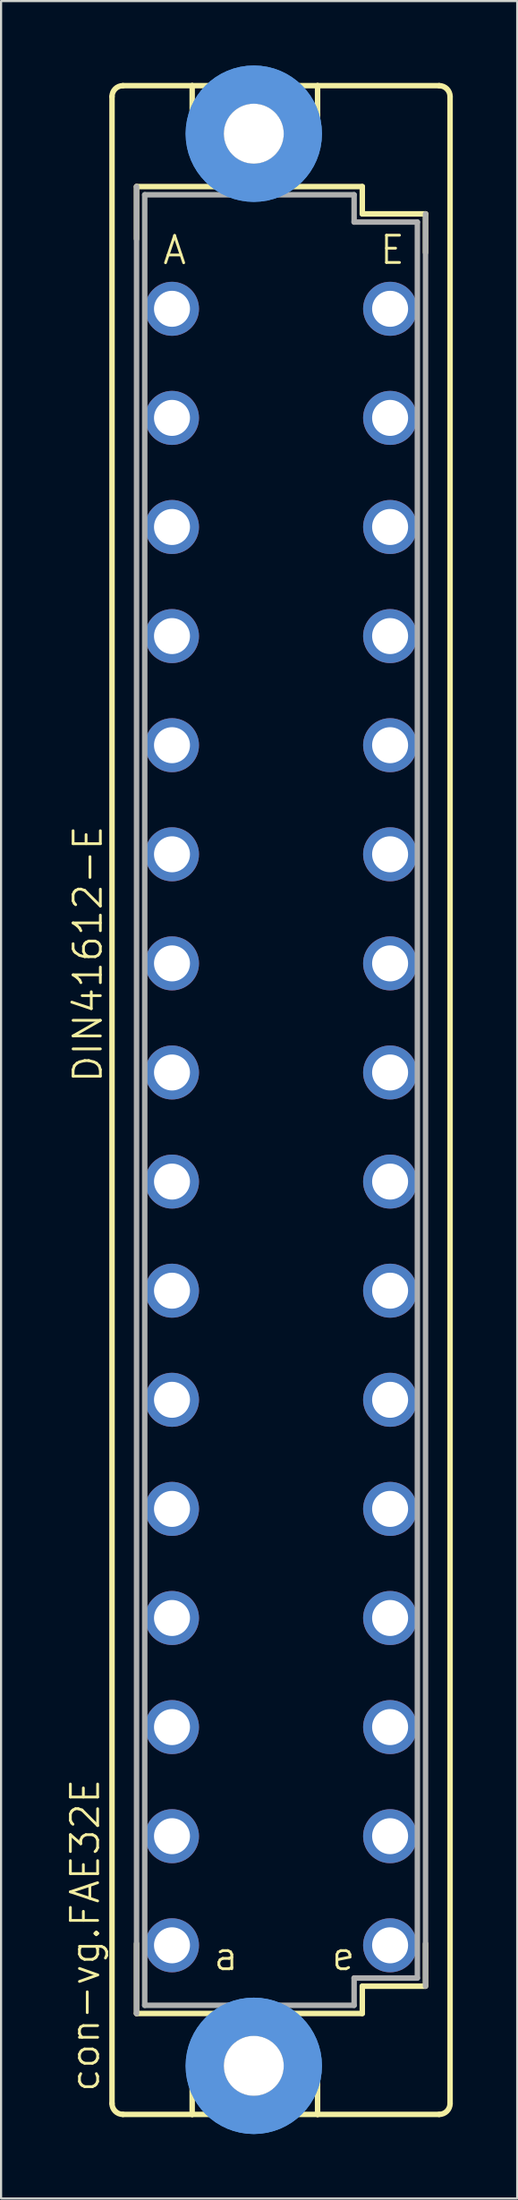
<source format=kicad_pcb>
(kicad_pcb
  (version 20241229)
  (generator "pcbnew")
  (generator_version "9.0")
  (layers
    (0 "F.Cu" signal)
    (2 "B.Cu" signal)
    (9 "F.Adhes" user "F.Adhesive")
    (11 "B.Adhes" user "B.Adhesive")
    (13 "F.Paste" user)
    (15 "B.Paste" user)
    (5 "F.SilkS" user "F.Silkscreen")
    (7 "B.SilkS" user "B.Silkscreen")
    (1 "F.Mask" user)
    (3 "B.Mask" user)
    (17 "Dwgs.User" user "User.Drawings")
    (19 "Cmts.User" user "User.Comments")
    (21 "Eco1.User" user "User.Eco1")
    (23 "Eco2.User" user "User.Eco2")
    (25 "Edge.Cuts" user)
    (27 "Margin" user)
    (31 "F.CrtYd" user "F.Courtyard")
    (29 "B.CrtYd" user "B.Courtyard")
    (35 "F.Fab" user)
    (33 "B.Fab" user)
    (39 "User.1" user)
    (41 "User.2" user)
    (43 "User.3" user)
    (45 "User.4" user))
  (footprint "con-vg.FAE32E"
    (layer "F.Cu")
    (at 10.042 48.158)
    (property "Reference" "con-vg.FAE32E" (at -8.382 46.279 90) (layer "F.SilkS") (effects (font (size 1.27 1.27) (thickness 0.13)) (justify left bottom)))
    (attr through_hole)
    (fp_line (start -7.874 46.736) (end -7.874 -46.711) (stroke (width 0.254) (type default)) (layer "F.SilkS"))
    (fp_line (start -7.366 -47.219) (end -4.14 -47.219) (stroke (width 0.254) (type default)) (layer "F.SilkS"))
    (fp_line (start -7.366 47.244) (end -4.14 47.244) (stroke (width 0.254) (type default)) (layer "F.SilkS"))
    (fp_line (start -6.731 -42.52) (end -6.731 -40.081) (stroke (width 0.254) (type default)) (layer "F.SilkS"))
    (fp_line (start -6.731 39.294) (end -6.731 42.545) (stroke (width 0.254) (type default)) (layer "F.SilkS"))
    (fp_line (start -6.731 42.545) (end -2.616 42.545) (stroke (width 0.254) (type default)) (layer "F.SilkS"))
    (fp_line (start -4.14 -47.219) (end -4.14 -44.425) (stroke (width 0.254) (type default)) (layer "F.SilkS"))
    (fp_line (start -4.14 47.244) (end -4.14 44.45) (stroke (width 0.254) (type default)) (layer "F.SilkS"))
    (fp_line (start -4.14 47.244) (end 1.702 47.244) (stroke (width 0.254) (type default)) (layer "F.SilkS"))
    (fp_line (start -2.616 -42.52) (end -6.731 -42.52) (stroke (width 0.254) (type default)) (layer "F.SilkS"))
    (fp_line (start -2.616 -42.52) (end -4.14 -44.425) (stroke (width 0.254) (type default)) (layer "F.SilkS"))
    (fp_line (start -2.616 42.545) (end -4.14 44.45) (stroke (width 0.254) (type default)) (layer "F.SilkS"))
    (fp_line (start -2.616 42.545) (end -0.152 42.545) (stroke (width 0.254) (type default)) (layer "F.SilkS"))
    (fp_line (start -0.152 -42.52) (end -2.616 -42.52) (stroke (width 0.254) (type default)) (layer "F.SilkS"))
    (fp_line (start -0.152 -42.52) (end 1.702 -44.425) (stroke (width 0.254) (type default)) (layer "F.SilkS"))
    (fp_line (start -0.152 42.545) (end 1.702 44.45) (stroke (width 0.254) (type default)) (layer "F.SilkS"))
    (fp_line (start -0.152 42.545) (end 3.785 42.545) (stroke (width 0.254) (type default)) (layer "F.SilkS"))
    (fp_line (start 1.702 -47.219) (end -4.14 -47.219) (stroke (width 0.254) (type default)) (layer "F.SilkS"))
    (fp_line (start 1.702 -47.219) (end 1.702 -44.425) (stroke (width 0.254) (type default)) (layer "F.SilkS"))
    (fp_line (start 1.702 47.244) (end 1.702 44.45) (stroke (width 0.254) (type default)) (layer "F.SilkS"))
    (fp_line (start 1.702 47.244) (end 7.366 47.244) (stroke (width 0.254) (type default)) (layer "F.SilkS"))
    (fp_line (start 3.785 -42.52) (end -0.152 -42.52) (stroke (width 0.254) (type default)) (layer "F.SilkS"))
    (fp_line (start 3.785 -41.25) (end 3.785 -42.52) (stroke (width 0.254) (type default)) (layer "F.SilkS"))
    (fp_line (start 3.785 41.275) (end 6.731 41.275) (stroke (width 0.254) (type default)) (layer "F.SilkS"))
    (fp_line (start 3.785 42.545) (end 3.785 41.275) (stroke (width 0.254) (type default)) (layer "F.SilkS"))
    (fp_line (start 6.731 -41.25) (end 3.785 -41.25) (stroke (width 0.254) (type default)) (layer "F.SilkS"))
    (fp_line (start 6.731 -39.446) (end 6.731 -41.25) (stroke (width 0.254) (type default)) (layer "F.SilkS"))
    (fp_line (start 6.731 41.199) (end 6.731 39.294) (stroke (width 0.254) (type default)) (layer "F.SilkS"))
    (fp_line (start 7.366 -47.219) (end 1.702 -47.219) (stroke (width 0.254) (type default)) (layer "F.SilkS"))
    (fp_line (start 7.874 46.736) (end 7.874 -46.711) (stroke (width 0.254) (type default)) (layer "F.SilkS"))
    (fp_arc (start -7.874 -46.7106) (mid -7.72521 -47.06981) (end -7.366 -47.2186) (stroke (width 0.254) (type default)) (layer "F.SilkS"))
    (fp_arc (start -7.366 47.244) (mid -7.72521 47.09521) (end -7.874 46.736) (stroke (width 0.254) (type default)) (layer "F.SilkS"))
    (fp_arc (start 7.366 -47.2186) (mid 7.72521 -47.06981) (end 7.874 -46.7106) (stroke (width 0.254) (type default)) (layer "F.SilkS"))
    (fp_arc (start 7.874 46.736) (mid 7.72521 47.09521) (end 7.366 47.244) (stroke (width 0.254) (type default)) (layer "F.SilkS"))
    (fp_circle (center -1.27 -44.983) (end 1.016 -44.983) (stroke (width 1.778) (type default)) (fill no) (layer "Cmts.User"))
    (fp_circle (center -1.27 -44.983) (end 1.016 -44.983) (stroke (width 1.778) (type default)) (fill no) (layer "Cmts.User"))
    (fp_circle (center -1.27 44.983) (end 1.016 44.983) (stroke (width 1.778) (type default)) (fill no) (layer "Cmts.User"))
    (fp_circle (center -1.27 44.983) (end 1.016 44.983) (stroke (width 1.778) (type default)) (fill no) (layer "Cmts.User"))
    (fp_line (start -6.731 -42.52) (end -6.731 42.545) (stroke (width 0.254) (type default)) (layer "F.Fab"))
    (fp_line (start -6.35 -42.139) (end -6.35 42.164) (stroke (width 0.254) (type default)) (layer "F.Fab"))
    (fp_line (start -6.35 -42.139) (end 3.404 -42.139) (stroke (width 0.254) (type default)) (layer "F.Fab"))
    (fp_line (start -6.35 42.164) (end 3.404 42.164) (stroke (width 0.254) (type default)) (layer "F.Fab"))
    (fp_line (start 3.404 -42.139) (end 3.404 -40.869) (stroke (width 0.254) (type default)) (layer "F.Fab"))
    (fp_line (start 3.404 -40.869) (end 6.35 -40.869) (stroke (width 0.254) (type default)) (layer "F.Fab"))
    (fp_line (start 3.404 40.894) (end 6.35 40.894) (stroke (width 0.254) (type default)) (layer "F.Fab"))
    (fp_line (start 3.404 42.164) (end 3.404 40.894) (stroke (width 0.254) (type default)) (layer "F.Fab"))
    (fp_line (start 6.35 -40.869) (end 6.35 40.894) (stroke (width 0.254) (type default)) (layer "F.Fab"))
    (fp_line (start 6.731 41.275) (end 6.731 -41.25) (stroke (width 0.254) (type default)) (layer "F.Fab"))
    (fp_rect (start -5.461 -36.195) (end -4.699 -37.465) (stroke (width 0.05) (type default)) (fill no) (layer "F.Fab"))
    (fp_rect (start -5.461 -31.115) (end -4.699 -32.385) (stroke (width 0.05) (type default)) (fill no) (layer "F.Fab"))
    (fp_rect (start -5.461 -26.035) (end -4.699 -27.305) (stroke (width 0.05) (type default)) (fill no) (layer "F.Fab"))
    (fp_rect (start -5.461 -20.955) (end -4.699 -22.225) (stroke (width 0.05) (type default)) (fill no) (layer "F.Fab"))
    (fp_rect (start -5.461 -15.875) (end -4.699 -17.145) (stroke (width 0.05) (type default)) (fill no) (layer "F.Fab"))
    (fp_rect (start -5.461 -10.795) (end -4.699 -12.065) (stroke (width 0.05) (type default)) (fill no) (layer "F.Fab"))
    (fp_rect (start -5.461 -5.715) (end -4.699 -6.985) (stroke (width 0.05) (type default)) (fill no) (layer "F.Fab"))
    (fp_rect (start -5.461 -0.635) (end -4.699 -1.905) (stroke (width 0.05) (type default)) (fill no) (layer "F.Fab"))
    (fp_rect (start -5.461 4.445) (end -4.699 3.175) (stroke (width 0.05) (type default)) (fill no) (layer "F.Fab"))
    (fp_rect (start -5.461 9.525) (end -4.699 8.255) (stroke (width 0.05) (type default)) (fill no) (layer "F.Fab"))
    (fp_rect (start -5.461 14.605) (end -4.699 13.335) (stroke (width 0.05) (type default)) (fill no) (layer "F.Fab"))
    (fp_rect (start -5.461 19.685) (end -4.699 18.415) (stroke (width 0.05) (type default)) (fill no) (layer "F.Fab"))
    (fp_rect (start -5.461 24.765) (end -4.699 23.495) (stroke (width 0.05) (type default)) (fill no) (layer "F.Fab"))
    (fp_rect (start -5.461 29.845) (end -4.699 28.575) (stroke (width 0.05) (type default)) (fill no) (layer "F.Fab"))
    (fp_rect (start -5.461 34.925) (end -4.699 33.655) (stroke (width 0.05) (type default)) (fill no) (layer "F.Fab"))
    (fp_rect (start -5.461 40.005) (end -4.699 38.735) (stroke (width 0.05) (type default)) (fill no) (layer "F.Fab"))
    (fp_rect (start 4.699 -36.195) (end 5.461 -37.465) (stroke (width 0.05) (type default)) (fill no) (layer "F.Fab"))
    (fp_rect (start 4.699 -31.115) (end 5.461 -32.385) (stroke (width 0.05) (type default)) (fill no) (layer "F.Fab"))
    (fp_rect (start 4.699 -26.035) (end 5.461 -27.305) (stroke (width 0.05) (type default)) (fill no) (layer "F.Fab"))
    (fp_rect (start 4.699 -20.955) (end 5.461 -22.225) (stroke (width 0.05) (type default)) (fill no) (layer "F.Fab"))
    (fp_rect (start 4.699 -15.875) (end 5.461 -17.145) (stroke (width 0.05) (type default)) (fill no) (layer "F.Fab"))
    (fp_rect (start 4.699 -10.795) (end 5.461 -12.065) (stroke (width 0.05) (type default)) (fill no) (layer "F.Fab"))
    (fp_rect (start 4.699 -5.715) (end 5.461 -6.985) (stroke (width 0.05) (type default)) (fill no) (layer "F.Fab"))
    (fp_rect (start 4.699 -0.635) (end 5.461 -1.905) (stroke (width 0.05) (type default)) (fill no) (layer "F.Fab"))
    (fp_rect (start 4.699 4.445) (end 5.461 3.175) (stroke (width 0.05) (type default)) (fill no) (layer "F.Fab"))
    (fp_rect (start 4.699 9.525) (end 5.461 8.255) (stroke (width 0.05) (type default)) (fill no) (layer "F.Fab"))
    (fp_rect (start 4.699 14.605) (end 5.461 13.335) (stroke (width 0.05) (type default)) (fill no) (layer "F.Fab"))
    (fp_rect (start 4.699 19.685) (end 5.461 18.415) (stroke (width 0.05) (type default)) (fill no) (layer "F.Fab"))
    (fp_rect (start 4.699 24.765) (end 5.461 23.495) (stroke (width 0.05) (type default)) (fill no) (layer "F.Fab"))
    (fp_rect (start 4.699 29.845) (end 5.461 28.575) (stroke (width 0.05) (type default)) (fill no) (layer "F.Fab"))
    (fp_rect (start 4.699 34.925) (end 5.461 33.655) (stroke (width 0.05) (type default)) (fill no) (layer "F.Fab"))
    (fp_rect (start 4.699 40.005) (end 5.461 38.735) (stroke (width 0.05) (type default)) (fill no) (layer "F.Fab"))
    (fp_text user "a" (at -3.225 40.625 0) (layer "F.SilkS") (effects (font (size 1.27 1.27) (thickness 0.13)) (justify left bottom)))
    (fp_text user "DIN41612-E" (at -8.255 -0.711 90) (layer "F.SilkS") (effects (font (size 1.27 1.27) (thickness 0.13)) (justify left bottom)))
    (fp_text user "e" (at 2.275 40.625 0) (layer "F.SilkS") (effects (font (size 1.27 1.27) (thickness 0.13)) (justify left bottom)))
    (fp_text user "E" (at 4.525 -38.825 0) (layer "F.SilkS") (effects (font (size 1.27 1.27) (thickness 0.13)) (justify left bottom)))
    (fp_text user "A" (at -5.588 -38.811 0) (layer "F.SilkS") (effects (font (size 1.27 1.27) (thickness 0.13)) (justify left bottom)))
    (pad "" np_thru_hole circle (at -1.27 -44.983) (size 2.794 2.794) (drill 2.794) (layers "*.Cu" "*.Mask"))
    (pad "" np_thru_hole circle (at -1.27 44.983) (size 2.794 2.794) (drill 2.794) (layers "*.Cu" "*.Mask"))
    (pad "A2" thru_hole circle (at -5.08 -36.83) (size 2.515 2.515) (drill 1.676) (layers "*.Cu" "*.Mask"))
    (pad "A4" thru_hole circle (at -5.08 -31.75) (size 2.515 2.515) (drill 1.676) (layers "*.Cu" "*.Mask"))
    (pad "A6" thru_hole circle (at -5.08 -26.67) (size 2.515 2.515) (drill 1.676) (layers "*.Cu" "*.Mask"))
    (pad "A8" thru_hole circle (at -5.08 -21.59) (size 2.515 2.515) (drill 1.676) (layers "*.Cu" "*.Mask"))
    (pad "A10" thru_hole circle (at -5.08 -16.51) (size 2.515 2.515) (drill 1.676) (layers "*.Cu" "*.Mask"))
    (pad "A12" thru_hole circle (at -5.08 -11.43) (size 2.515 2.515) (drill 1.676) (layers "*.Cu" "*.Mask"))
    (pad "A14" thru_hole circle (at -5.08 -6.35) (size 2.515 2.515) (drill 1.676) (layers "*.Cu" "*.Mask"))
    (pad "A16" thru_hole circle (at -5.08 -1.27) (size 2.515 2.515) (drill 1.676) (layers "*.Cu" "*.Mask"))
    (pad "A18" thru_hole circle (at -5.08 3.81) (size 2.515 2.515) (drill 1.676) (layers "*.Cu" "*.Mask"))
    (pad "A20" thru_hole circle (at -5.08 8.89) (size 2.515 2.515) (drill 1.676) (layers "*.Cu" "*.Mask"))
    (pad "A22" thru_hole circle (at -5.08 13.97) (size 2.515 2.515) (drill 1.676) (layers "*.Cu" "*.Mask"))
    (pad "A24" thru_hole circle (at -5.08 19.05) (size 2.515 2.515) (drill 1.676) (layers "*.Cu" "*.Mask"))
    (pad "A26" thru_hole circle (at -5.08 24.13) (size 2.515 2.515) (drill 1.676) (layers "*.Cu" "*.Mask"))
    (pad "A28" thru_hole circle (at -5.08 29.21) (size 2.515 2.515) (drill 1.676) (layers "*.Cu" "*.Mask"))
    (pad "A30" thru_hole circle (at -5.08 34.29) (size 2.515 2.515) (drill 1.676) (layers "*.Cu" "*.Mask"))
    (pad "A32" thru_hole circle (at -5.08 39.37) (size 2.515 2.515) (drill 1.676) (layers "*.Cu" "*.Mask"))
    (pad "E2" thru_hole circle (at 5.08 -36.83) (size 2.515 2.515) (drill 1.676) (layers "*.Cu" "*.Mask"))
    (pad "E4" thru_hole circle (at 5.08 -31.75) (size 2.515 2.515) (drill 1.676) (layers "*.Cu" "*.Mask"))
    (pad "E6" thru_hole circle (at 5.08 -26.67) (size 2.515 2.515) (drill 1.676) (layers "*.Cu" "*.Mask"))
    (pad "E8" thru_hole circle (at 5.08 -21.59) (size 2.515 2.515) (drill 1.676) (layers "*.Cu" "*.Mask"))
    (pad "E10" thru_hole circle (at 5.08 -16.51) (size 2.515 2.515) (drill 1.676) (layers "*.Cu" "*.Mask"))
    (pad "E12" thru_hole circle (at 5.08 -11.43) (size 2.515 2.515) (drill 1.676) (layers "*.Cu" "*.Mask"))
    (pad "E14" thru_hole circle (at 5.08 -6.35) (size 2.515 2.515) (drill 1.676) (layers "*.Cu" "*.Mask"))
    (pad "E16" thru_hole circle (at 5.08 -1.27) (size 2.515 2.515) (drill 1.676) (layers "*.Cu" "*.Mask"))
    (pad "E18" thru_hole circle (at 5.08 3.81) (size 2.515 2.515) (drill 1.676) (layers "*.Cu" "*.Mask"))
    (pad "E20" thru_hole circle (at 5.08 8.89) (size 2.515 2.515) (drill 1.676) (layers "*.Cu" "*.Mask"))
    (pad "E22" thru_hole circle (at 5.08 13.97) (size 2.515 2.515) (drill 1.676) (layers "*.Cu" "*.Mask"))
    (pad "E24" thru_hole circle (at 5.08 19.05) (size 2.515 2.515) (drill 1.676) (layers "*.Cu" "*.Mask"))
    (pad "E26" thru_hole circle (at 5.08 24.13) (size 2.515 2.515) (drill 1.676) (layers "*.Cu" "*.Mask"))
    (pad "E28" thru_hole circle (at 5.08 29.21) (size 2.515 2.515) (drill 1.676) (layers "*.Cu" "*.Mask"))
    (pad "E30" thru_hole circle (at 5.08 34.29) (size 2.515 2.515) (drill 1.676) (layers "*.Cu" "*.Mask"))
    (pad "E32" thru_hole circle (at 5.08 39.37) (size 2.515 2.515) (drill 1.676) (layers "*.Cu" "*.Mask")))
  (gr_rect
    (start -3 -3)
    (end 21.043 99.317)
    (stroke (width 0.1) (type default))
    (fill no)
    (layer "Edge.Cuts")))
</source>
